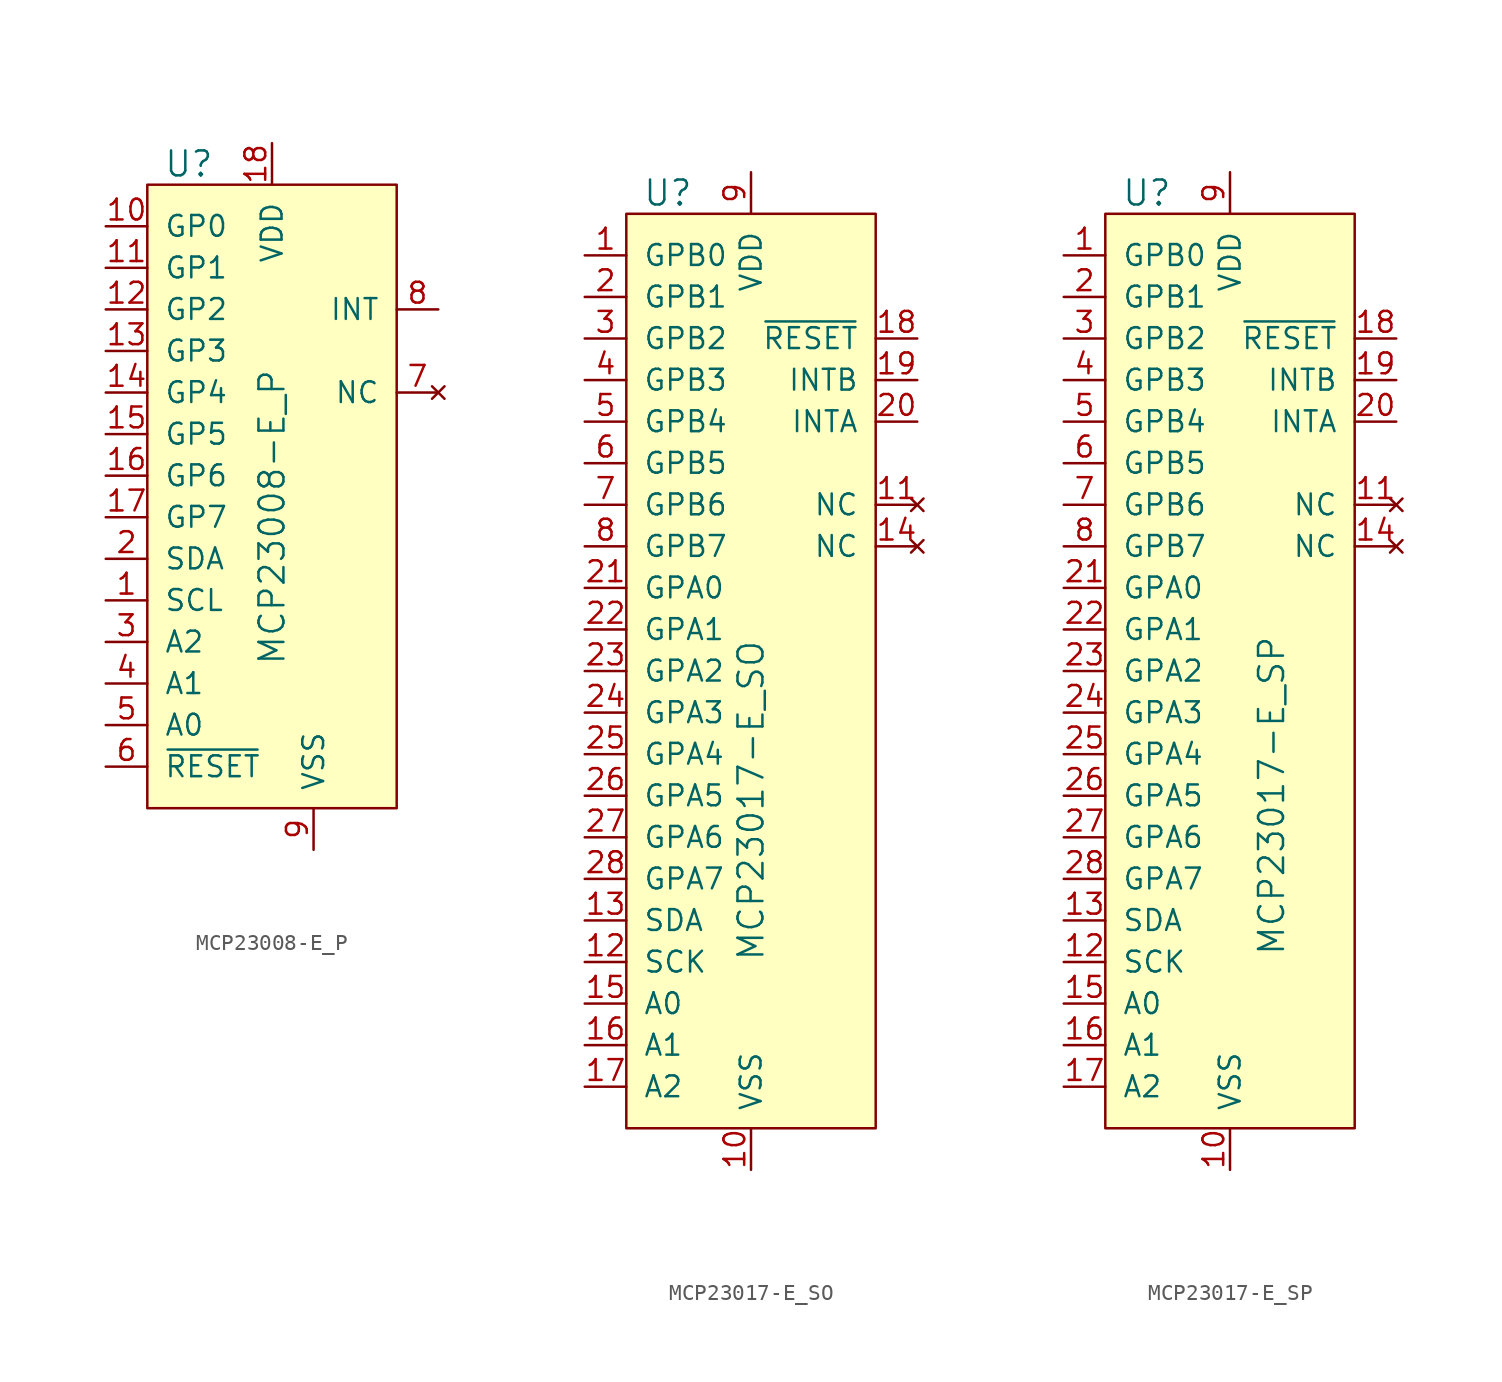
<source format=kicad_sym>
(kicad_symbol_lib
  (version 20231120)
  (generator "kicad_symbol_editor")
  (generator_version "8.0")
  (symbol "MCP23008-E_P"
    (pin_names
      (offset 1.016))
    (property "Reference" "U"
      (at -7.62 16.51 0)
      (effects (font (size 1.524 1.524))))
    (property "Value" "MCP23008-E_P"
      (at -2.54 -5.08 90)
      (effects (font (size 1.524 1.524))))
    (symbol "MCP23008-E_P_0_1"
      (rectangle (start -10.16 15.24) (end 5.08 -22.86) (stroke (width 0) (type default)) (fill (type background))))
    (symbol "MCP23008-E_P_1_1"
      (pin input line (at -12.7 -10.16 0) (length 2.54) (name "SCL" (effects (font (size 1.27 1.27)))) (number "1" (effects (font (size 1.27 1.27)))))
      (pin bidirectional line (at -12.7 12.7 0) (length 2.54) (name "GP0" (effects (font (size 1.27 1.27)))) (number "10" (effects (font (size 1.27 1.27)))))
      (pin bidirectional line (at -12.7 10.16 0) (length 2.54) (name "GP1" (effects (font (size 1.27 1.27)))) (number "11" (effects (font (size 1.27 1.27)))))
      (pin bidirectional line (at -12.7 7.62 0) (length 2.54) (name "GP2" (effects (font (size 1.27 1.27)))) (number "12" (effects (font (size 1.27 1.27)))))
      (pin bidirectional line (at -12.7 5.08 0) (length 2.54) (name "GP3" (effects (font (size 1.27 1.27)))) (number "13" (effects (font (size 1.27 1.27)))))
      (pin bidirectional line (at -12.7 2.54 0) (length 2.54) (name "GP4" (effects (font (size 1.27 1.27)))) (number "14" (effects (font (size 1.27 1.27)))))
      (pin bidirectional line (at -12.7 0 0) (length 2.54) (name "GP5" (effects (font (size 1.27 1.27)))) (number "15" (effects (font (size 1.27 1.27)))))
      (pin bidirectional line (at -12.7 -2.54 0) (length 2.54) (name "GP6" (effects (font (size 1.27 1.27)))) (number "16" (effects (font (size 1.27 1.27)))))
      (pin bidirectional line (at -12.7 -5.08 0) (length 2.54) (name "GP7" (effects (font (size 1.27 1.27)))) (number "17" (effects (font (size 1.27 1.27)))))
      (pin power_in line (at -2.54 17.78 270) (length 2.54) (name "VDD" (effects (font (size 1.27 1.27)))) (number "18" (effects (font (size 1.27 1.27)))))
      (pin bidirectional line (at -12.7 -7.62 0) (length 2.54) (name "SDA" (effects (font (size 1.27 1.27)))) (number "2" (effects (font (size 1.27 1.27)))))
      (pin input line (at -12.7 -12.7 0) (length 2.54) (name "A2" (effects (font (size 1.27 1.27)))) (number "3" (effects (font (size 1.27 1.27)))))
      (pin input line (at -12.7 -15.24 0) (length 2.54) (name "A1" (effects (font (size 1.27 1.27)))) (number "4" (effects (font (size 1.27 1.27)))))
      (pin input line (at -12.7 -17.78 0) (length 2.54) (name "A0" (effects (font (size 1.27 1.27)))) (number "5" (effects (font (size 1.27 1.27)))))
      (pin input line (at -12.7 -20.32 0) (length 2.54) (name "~{RESET}" (effects (font (size 1.27 1.27)))) (number "6" (effects (font (size 1.27 1.27)))))
      (pin no_connect line (at 7.62 2.54 180) (length 2.54) (name "NC" (effects (font (size 1.27 1.27)))) (number "7" (effects (font (size 1.27 1.27)))))
      (pin output line (at 7.62 7.62 180) (length 2.54) (name "INT" (effects (font (size 1.27 1.27)))) (number "8" (effects (font (size 1.27 1.27)))))
      (pin power_in line (at 0 -25.4 90) (length 2.54) (name "VSS" (effects (font (size 1.27 1.27)))) (number "9" (effects (font (size 1.27 1.27)))))))
  (symbol "MCP23017-E_SO"
    (pin_names
      (offset 1.016))
    (property "Reference" "U"
      (at -2.54 19.05 0)
      (effects (font (size 1.524 1.524))))
    (property "Value" "MCP23017-E_SO"
      (at 2.54 -27.94 90)
      (effects (font (size 1.524 1.524)) (justify left)))
    (symbol "MCP23017-E_SO_0_1"
      (rectangle (start -5.08 17.78) (end 10.16 -38.1) (stroke (width 0) (type default)) (fill (type background))))
    (symbol "MCP23017-E_SO_1_1"
      (pin bidirectional line (at -7.62 15.24 0) (length 2.54) (name "GPB0" (effects (font (size 1.27 1.27)))) (number "1" (effects (font (size 1.27 1.27)))))
      (pin power_in line (at 2.54 -40.64 90) (length 2.54) (name "VSS" (effects (font (size 1.27 1.27)))) (number "10" (effects (font (size 1.27 1.27)))))
      (pin no_connect line (at 12.7 0 180) (length 2.54) (name "NC" (effects (font (size 1.27 1.27)))) (number "11" (effects (font (size 1.27 1.27)))))
      (pin input line (at -7.62 -27.94 0) (length 2.54) (name "SCK" (effects (font (size 1.27 1.27)))) (number "12" (effects (font (size 1.27 1.27)))))
      (pin bidirectional line (at -7.62 -25.4 0) (length 2.54) (name "SDA" (effects (font (size 1.27 1.27)))) (number "13" (effects (font (size 1.27 1.27)))))
      (pin no_connect line (at 12.7 -2.54 180) (length 2.54) (name "NC" (effects (font (size 1.27 1.27)))) (number "14" (effects (font (size 1.27 1.27)))))
      (pin input line (at -7.62 -30.48 0) (length 2.54) (name "A0" (effects (font (size 1.27 1.27)))) (number "15" (effects (font (size 1.27 1.27)))))
      (pin input line (at -7.62 -33.02 0) (length 2.54) (name "A1" (effects (font (size 1.27 1.27)))) (number "16" (effects (font (size 1.27 1.27)))))
      (pin input line (at -7.62 -35.56 0) (length 2.54) (name "A2" (effects (font (size 1.27 1.27)))) (number "17" (effects (font (size 1.27 1.27)))))
      (pin output line (at 12.7 10.16 180) (length 2.54) (name "~{RESET}" (effects (font (size 1.27 1.27)))) (number "18" (effects (font (size 1.27 1.27)))))
      (pin output line (at 12.7 7.62 180) (length 2.54) (name "INTB" (effects (font (size 1.27 1.27)))) (number "19" (effects (font (size 1.27 1.27)))))
      (pin bidirectional line (at -7.62 12.7 0) (length 2.54) (name "GPB1" (effects (font (size 1.27 1.27)))) (number "2" (effects (font (size 1.27 1.27)))))
      (pin output line (at 12.7 5.08 180) (length 2.54) (name "INTA" (effects (font (size 1.27 1.27)))) (number "20" (effects (font (size 1.27 1.27)))))
      (pin bidirectional line (at -7.62 -5.08 0) (length 2.54) (name "GPA0" (effects (font (size 1.27 1.27)))) (number "21" (effects (font (size 1.27 1.27)))))
      (pin bidirectional line (at -7.62 -7.62 0) (length 2.54) (name "GPA1" (effects (font (size 1.27 1.27)))) (number "22" (effects (font (size 1.27 1.27)))))
      (pin bidirectional line (at -7.62 -10.16 0) (length 2.54) (name "GPA2" (effects (font (size 1.27 1.27)))) (number "23" (effects (font (size 1.27 1.27)))))
      (pin bidirectional line (at -7.62 -12.7 0) (length 2.54) (name "GPA3" (effects (font (size 1.27 1.27)))) (number "24" (effects (font (size 1.27 1.27)))))
      (pin bidirectional line (at -7.62 -15.24 0) (length 2.54) (name "GPA4" (effects (font (size 1.27 1.27)))) (number "25" (effects (font (size 1.27 1.27)))))
      (pin bidirectional line (at -7.62 -17.78 0) (length 2.54) (name "GPA5" (effects (font (size 1.27 1.27)))) (number "26" (effects (font (size 1.27 1.27)))))
      (pin bidirectional line (at -7.62 -20.32 0) (length 2.54) (name "GPA6" (effects (font (size 1.27 1.27)))) (number "27" (effects (font (size 1.27 1.27)))))
      (pin bidirectional line (at -7.62 -22.86 0) (length 2.54) (name "GPA7" (effects (font (size 1.27 1.27)))) (number "28" (effects (font (size 1.27 1.27)))))
      (pin bidirectional line (at -7.62 10.16 0) (length 2.54) (name "GPB2" (effects (font (size 1.27 1.27)))) (number "3" (effects (font (size 1.27 1.27)))))
      (pin bidirectional line (at -7.62 7.62 0) (length 2.54) (name "GPB3" (effects (font (size 1.27 1.27)))) (number "4" (effects (font (size 1.27 1.27)))))
      (pin bidirectional line (at -7.62 5.08 0) (length 2.54) (name "GPB4" (effects (font (size 1.27 1.27)))) (number "5" (effects (font (size 1.27 1.27)))))
      (pin bidirectional line (at -7.62 2.54 0) (length 2.54) (name "GPB5" (effects (font (size 1.27 1.27)))) (number "6" (effects (font (size 1.27 1.27)))))
      (pin bidirectional line (at -7.62 0 0) (length 2.54) (name "GPB6" (effects (font (size 1.27 1.27)))) (number "7" (effects (font (size 1.27 1.27)))))
      (pin bidirectional line (at -7.62 -2.54 0) (length 2.54) (name "GPB7" (effects (font (size 1.27 1.27)))) (number "8" (effects (font (size 1.27 1.27)))))
      (pin power_in line (at 2.54 20.32 270) (length 2.54) (name "VDD" (effects (font (size 1.27 1.27)))) (number "9" (effects (font (size 1.27 1.27)))))))
  (symbol "MCP23017-E_SP"
    (pin_names
      (offset 1.016))
    (property "Reference" "U"
      (at -2.54 19.05 0)
      (effects (font (size 1.524 1.524))))
    (property "Value" "MCP23017-E_SP"
      (at 5.08 -17.78 90)
      (effects (font (size 1.524 1.524))))
    (symbol "MCP23017-E_SP_0_1"
      (rectangle (start -5.08 17.78) (end 10.16 -38.1) (stroke (width 0) (type default)) (fill (type background))))
    (symbol "MCP23017-E_SP_1_1"
      (pin bidirectional line (at -7.62 15.24 0) (length 2.54) (name "GPB0" (effects (font (size 1.27 1.27)))) (number "1" (effects (font (size 1.27 1.27)))))
      (pin power_in line (at 2.54 -40.64 90) (length 2.54) (name "VSS" (effects (font (size 1.27 1.27)))) (number "10" (effects (font (size 1.27 1.27)))))
      (pin no_connect line (at 12.7 0 180) (length 2.54) (name "NC" (effects (font (size 1.27 1.27)))) (number "11" (effects (font (size 1.27 1.27)))))
      (pin input line (at -7.62 -27.94 0) (length 2.54) (name "SCK" (effects (font (size 1.27 1.27)))) (number "12" (effects (font (size 1.27 1.27)))))
      (pin bidirectional line (at -7.62 -25.4 0) (length 2.54) (name "SDA" (effects (font (size 1.27 1.27)))) (number "13" (effects (font (size 1.27 1.27)))))
      (pin no_connect line (at 12.7 -2.54 180) (length 2.54) (name "NC" (effects (font (size 1.27 1.27)))) (number "14" (effects (font (size 1.27 1.27)))))
      (pin input line (at -7.62 -30.48 0) (length 2.54) (name "A0" (effects (font (size 1.27 1.27)))) (number "15" (effects (font (size 1.27 1.27)))))
      (pin input line (at -7.62 -33.02 0) (length 2.54) (name "A1" (effects (font (size 1.27 1.27)))) (number "16" (effects (font (size 1.27 1.27)))))
      (pin input line (at -7.62 -35.56 0) (length 2.54) (name "A2" (effects (font (size 1.27 1.27)))) (number "17" (effects (font (size 1.27 1.27)))))
      (pin output line (at 12.7 10.16 180) (length 2.54) (name "~{RESET}" (effects (font (size 1.27 1.27)))) (number "18" (effects (font (size 1.27 1.27)))))
      (pin output line (at 12.7 7.62 180) (length 2.54) (name "INTB" (effects (font (size 1.27 1.27)))) (number "19" (effects (font (size 1.27 1.27)))))
      (pin bidirectional line (at -7.62 12.7 0) (length 2.54) (name "GPB1" (effects (font (size 1.27 1.27)))) (number "2" (effects (font (size 1.27 1.27)))))
      (pin output line (at 12.7 5.08 180) (length 2.54) (name "INTA" (effects (font (size 1.27 1.27)))) (number "20" (effects (font (size 1.27 1.27)))))
      (pin bidirectional line (at -7.62 -5.08 0) (length 2.54) (name "GPA0" (effects (font (size 1.27 1.27)))) (number "21" (effects (font (size 1.27 1.27)))))
      (pin bidirectional line (at -7.62 -7.62 0) (length 2.54) (name "GPA1" (effects (font (size 1.27 1.27)))) (number "22" (effects (font (size 1.27 1.27)))))
      (pin bidirectional line (at -7.62 -10.16 0) (length 2.54) (name "GPA2" (effects (font (size 1.27 1.27)))) (number "23" (effects (font (size 1.27 1.27)))))
      (pin bidirectional line (at -7.62 -12.7 0) (length 2.54) (name "GPA3" (effects (font (size 1.27 1.27)))) (number "24" (effects (font (size 1.27 1.27)))))
      (pin bidirectional line (at -7.62 -15.24 0) (length 2.54) (name "GPA4" (effects (font (size 1.27 1.27)))) (number "25" (effects (font (size 1.27 1.27)))))
      (pin bidirectional line (at -7.62 -17.78 0) (length 2.54) (name "GPA5" (effects (font (size 1.27 1.27)))) (number "26" (effects (font (size 1.27 1.27)))))
      (pin bidirectional line (at -7.62 -20.32 0) (length 2.54) (name "GPA6" (effects (font (size 1.27 1.27)))) (number "27" (effects (font (size 1.27 1.27)))))
      (pin bidirectional line (at -7.62 -22.86 0) (length 2.54) (name "GPA7" (effects (font (size 1.27 1.27)))) (number "28" (effects (font (size 1.27 1.27)))))
      (pin bidirectional line (at -7.62 10.16 0) (length 2.54) (name "GPB2" (effects (font (size 1.27 1.27)))) (number "3" (effects (font (size 1.27 1.27)))))
      (pin bidirectional line (at -7.62 7.62 0) (length 2.54) (name "GPB3" (effects (font (size 1.27 1.27)))) (number "4" (effects (font (size 1.27 1.27)))))
      (pin bidirectional line (at -7.62 5.08 0) (length 2.54) (name "GPB4" (effects (font (size 1.27 1.27)))) (number "5" (effects (font (size 1.27 1.27)))))
      (pin bidirectional line (at -7.62 2.54 0) (length 2.54) (name "GPB5" (effects (font (size 1.27 1.27)))) (number "6" (effects (font (size 1.27 1.27)))))
      (pin bidirectional line (at -7.62 0 0) (length 2.54) (name "GPB6" (effects (font (size 1.27 1.27)))) (number "7" (effects (font (size 1.27 1.27)))))
      (pin bidirectional line (at -7.62 -2.54 0) (length 2.54) (name "GPB7" (effects (font (size 1.27 1.27)))) (number "8" (effects (font (size 1.27 1.27)))))
      (pin power_in line (at 2.54 20.32 270) (length 2.54) (name "VDD" (effects (font (size 1.27 1.27)))) (number "9" (effects (font (size 1.27 1.27))))))))
</source>
